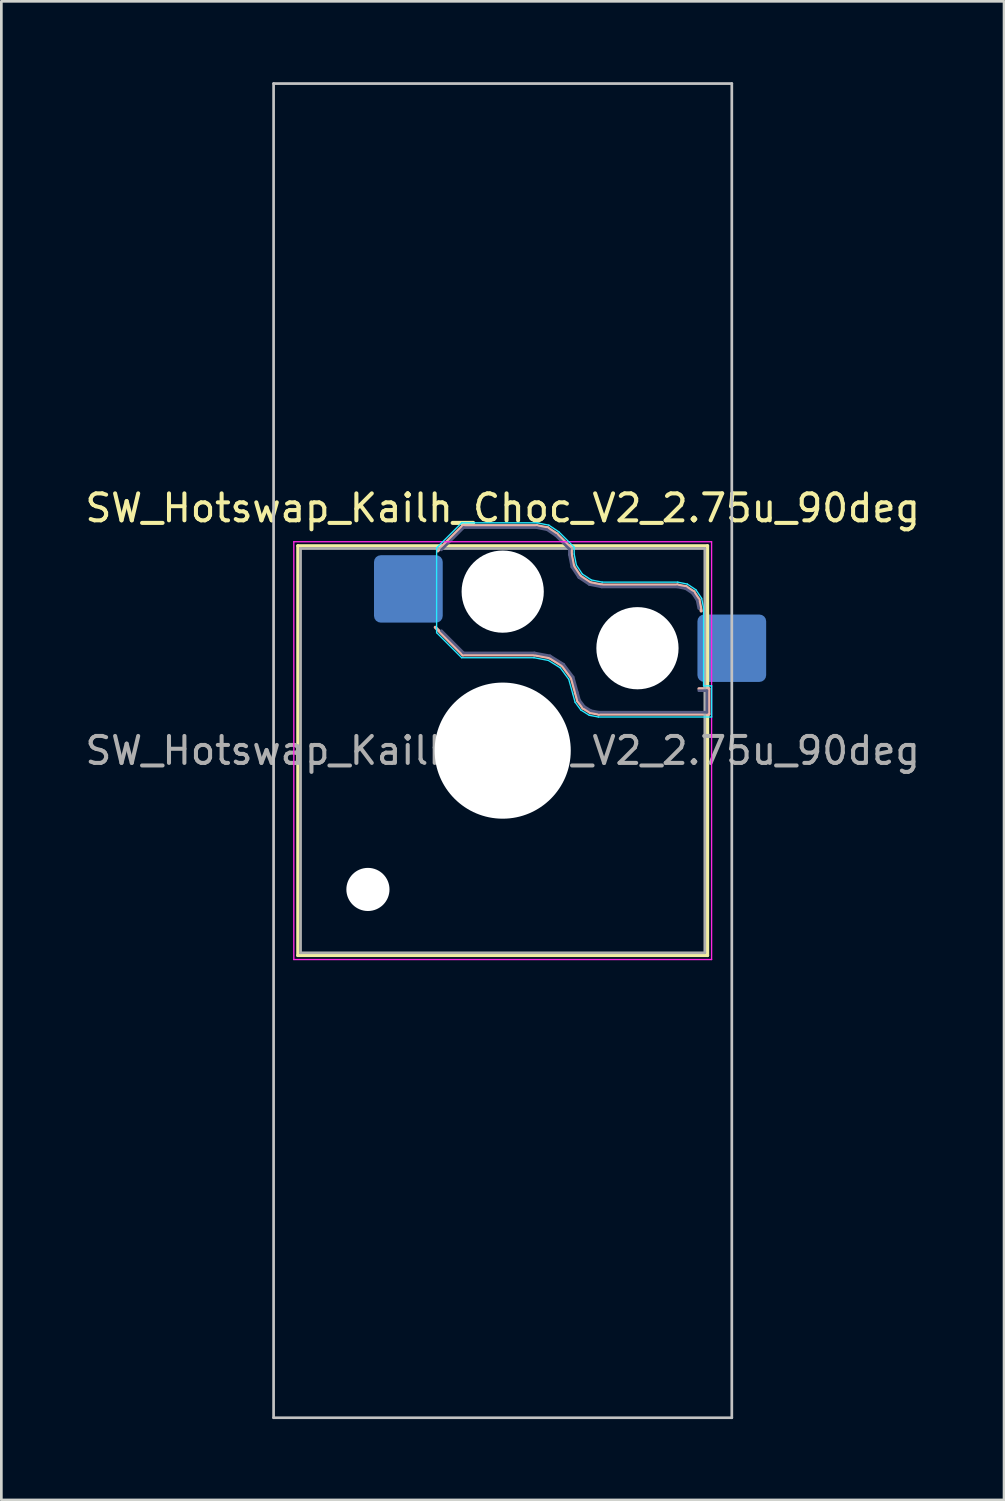
<source format=kicad_pcb>
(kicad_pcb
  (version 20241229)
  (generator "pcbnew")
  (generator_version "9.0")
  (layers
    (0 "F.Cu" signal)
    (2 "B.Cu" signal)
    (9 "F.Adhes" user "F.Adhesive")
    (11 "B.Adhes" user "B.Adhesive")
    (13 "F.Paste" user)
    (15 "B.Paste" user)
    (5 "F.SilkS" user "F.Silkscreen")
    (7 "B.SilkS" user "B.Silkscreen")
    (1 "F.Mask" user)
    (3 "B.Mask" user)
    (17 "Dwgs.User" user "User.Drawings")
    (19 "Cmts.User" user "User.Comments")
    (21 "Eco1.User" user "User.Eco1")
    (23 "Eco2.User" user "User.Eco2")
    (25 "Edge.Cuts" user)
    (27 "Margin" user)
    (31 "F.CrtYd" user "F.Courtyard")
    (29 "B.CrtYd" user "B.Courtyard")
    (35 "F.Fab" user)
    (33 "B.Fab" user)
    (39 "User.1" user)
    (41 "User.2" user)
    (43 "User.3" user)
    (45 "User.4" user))
  (footprint "SW_Hotswap_Kailh_Choc_V2_2.75u_90deg"
    (layer "F.Cu")
    (at 15.601 24.8)
    (property "Reference" "SW_Hotswap_Kailh_Choc_V2_2.75u_90deg" (at 0 -9 0) (layer "F.SilkS") (effects (font (size 1 1) (thickness 0.15))))
    (attr smd)
    (fp_line (start -7.6 -7.6) (end -7.6 7.6) (stroke (width 0.12) (type solid)) (layer "F.SilkS"))
    (fp_line (start -7.6 7.6) (end 7.6 7.6) (stroke (width 0.12) (type solid)) (layer "F.SilkS"))
    (fp_line (start 7.6 -7.6) (end -7.6 -7.6) (stroke (width 0.12) (type solid)) (layer "F.SilkS"))
    (fp_line (start 7.6 7.6) (end 7.6 -7.6) (stroke (width 0.12) (type solid)) (layer "F.SilkS"))
    (fp_line (start -2.416 -7.409) (end -1.479 -8.346) (stroke (width 0.12) (type solid)) (layer "B.SilkS"))
    (fp_line (start -1.479 -8.346) (end 1.268 -8.346) (stroke (width 0.12) (type solid)) (layer "B.SilkS"))
    (fp_line (start -1.479 -3.554) (end -2.5 -4.575) (stroke (width 0.12) (type solid)) (layer "B.SilkS"))
    (fp_line (start 1.168 -3.554) (end -1.479 -3.554) (stroke (width 0.12) (type solid)) (layer "B.SilkS"))
    (fp_line (start 1.268 -8.346) (end 1.671 -8.266) (stroke (width 0.12) (type solid)) (layer "B.SilkS"))
    (fp_line (start 1.671 -8.266) (end 2.013 -8.037) (stroke (width 0.12) (type solid)) (layer "B.SilkS"))
    (fp_line (start 1.73 -3.449) (end 1.168 -3.554) (stroke (width 0.12) (type solid)) (layer "B.SilkS"))
    (fp_line (start 2.013 -8.037) (end 2.546 -7.504) (stroke (width 0.12) (type solid)) (layer "B.SilkS"))
    (fp_line (start 2.209 -3.15) (end 1.73 -3.449) (stroke (width 0.12) (type solid)) (layer "B.SilkS"))
    (fp_line (start 2.546 -7.504) (end 2.546 -7.282) (stroke (width 0.12) (type solid)) (layer "B.SilkS"))
    (fp_line (start 2.546 -7.282) (end 2.633 -6.844) (stroke (width 0.12) (type solid)) (layer "B.SilkS"))
    (fp_line (start 2.547 -2.697) (end 2.209 -3.15) (stroke (width 0.12) (type solid)) (layer "B.SilkS"))
    (fp_line (start 2.633 -6.844) (end 2.877 -6.477) (stroke (width 0.12) (type solid)) (layer "B.SilkS"))
    (fp_line (start 2.701 -2.139) (end 2.547 -2.697) (stroke (width 0.12) (type solid)) (layer "B.SilkS"))
    (fp_line (start 2.783 -1.841) (end 2.701 -2.139) (stroke (width 0.12) (type solid)) (layer "B.SilkS"))
    (fp_line (start 2.877 -6.477) (end 3.244 -6.233) (stroke (width 0.12) (type solid)) (layer "B.SilkS"))
    (fp_line (start 2.976 -1.583) (end 2.783 -1.841) (stroke (width 0.12) (type solid)) (layer "B.SilkS"))
    (fp_line (start 3.244 -6.233) (end 3.682 -6.146) (stroke (width 0.12) (type solid)) (layer "B.SilkS"))
    (fp_line (start 3.25 -1.413) (end 2.976 -1.583) (stroke (width 0.12) (type solid)) (layer "B.SilkS"))
    (fp_line (start 3.56 -1.354) (end 3.25 -1.413) (stroke (width 0.12) (type solid)) (layer "B.SilkS"))
    (fp_line (start 3.682 -6.146) (end 6.482 -6.146) (stroke (width 0.12) (type solid)) (layer "B.SilkS"))
    (fp_line (start 6.482 -6.146) (end 6.809 -6.081) (stroke (width 0.12) (type solid)) (layer "B.SilkS"))
    (fp_line (start 6.809 -6.081) (end 7.092 -5.892) (stroke (width 0.12) (type solid)) (layer "B.SilkS"))
    (fp_line (start 7.092 -5.892) (end 7.281 -5.609) (stroke (width 0.12) (type solid)) (layer "B.SilkS"))
    (fp_line (start 7.281 -5.609) (end 7.366 -5.182) (stroke (width 0.12) (type solid)) (layer "B.SilkS"))
    (fp_line (start 7.283 -2.296) (end 7.646 -2.296) (stroke (width 0.12) (type solid)) (layer "B.SilkS"))
    (fp_line (start 7.646 -2.296) (end 7.646 -1.354) (stroke (width 0.12) (type solid)) (layer "B.SilkS"))
    (fp_line (start 7.646 -1.354) (end 3.56 -1.354) (stroke (width 0.12) (type solid)) (layer "B.SilkS"))
    (fp_line (start -8.5 -24.75) (end 8.5 -24.75) (stroke (width 0.1) (type solid)) (layer "Dwgs.User"))
    (fp_line (start -8.5 24.75) (end -8.5 -24.75) (stroke (width 0.1) (type solid)) (layer "Dwgs.User"))
    (fp_line (start 8.5 -24.75) (end 8.5 24.75) (stroke (width 0.1) (type solid)) (layer "Dwgs.User"))
    (fp_line (start 8.5 24.75) (end -8.5 24.75) (stroke (width 0.1) (type solid)) (layer "Dwgs.User"))
    (fp_line (start -7.25 -7.25) (end -7.25 7.25) (stroke (width 0.1) (type solid)) (layer "Eco1.User"))
    (fp_line (start -7.25 7.25) (end 7.25 7.25) (stroke (width 0.1) (type solid)) (layer "Eco1.User"))
    (fp_line (start 7.25 -7.25) (end -7.25 -7.25) (stroke (width 0.1) (type solid)) (layer "Eco1.User"))
    (fp_line (start 7.25 7.25) (end 7.25 -7.25) (stroke (width 0.1) (type solid)) (layer "Eco1.User"))
    (fp_line (start -2.452 -7.523) (end -1.523 -8.452) (stroke (width 0.05) (type solid)) (layer "B.CrtYd"))
    (fp_line (start -2.452 -4.377) (end -2.452 -7.523) (stroke (width 0.05) (type solid)) (layer "B.CrtYd"))
    (fp_line (start -1.523 -8.452) (end 1.278 -8.452) (stroke (width 0.05) (type solid)) (layer "B.CrtYd"))
    (fp_line (start -1.523 -3.448) (end -2.452 -4.377) (stroke (width 0.05) (type solid)) (layer "B.CrtYd"))
    (fp_line (start 1.159 -3.448) (end -1.523 -3.448) (stroke (width 0.05) (type solid)) (layer "B.CrtYd"))
    (fp_line (start 1.278 -8.452) (end 1.712 -8.366) (stroke (width 0.05) (type solid)) (layer "B.CrtYd"))
    (fp_line (start 1.691 -3.348) (end 1.159 -3.448) (stroke (width 0.05) (type solid)) (layer "B.CrtYd"))
    (fp_line (start 1.712 -8.366) (end 2.081 -8.119) (stroke (width 0.05) (type solid)) (layer "B.CrtYd"))
    (fp_line (start 2.081 -8.119) (end 2.652 -7.548) (stroke (width 0.05) (type solid)) (layer "B.CrtYd"))
    (fp_line (start 2.136 -3.071) (end 1.691 -3.348) (stroke (width 0.05) (type solid)) (layer "B.CrtYd"))
    (fp_line (start 2.45 -2.65) (end 2.136 -3.071) (stroke (width 0.05) (type solid)) (layer "B.CrtYd"))
    (fp_line (start 2.599 -2.111) (end 2.45 -2.65) (stroke (width 0.05) (type solid)) (layer "B.CrtYd"))
    (fp_line (start 2.652 -7.548) (end 2.652 -7.292) (stroke (width 0.05) (type solid)) (layer "B.CrtYd"))
    (fp_line (start 2.652 -7.292) (end 2.733 -6.885) (stroke (width 0.05) (type solid)) (layer "B.CrtYd"))
    (fp_line (start 2.687 -1.794) (end 2.599 -2.111) (stroke (width 0.05) (type solid)) (layer "B.CrtYd"))
    (fp_line (start 2.733 -6.885) (end 2.953 -6.553) (stroke (width 0.05) (type solid)) (layer "B.CrtYd"))
    (fp_line (start 2.903 -1.503) (end 2.687 -1.794) (stroke (width 0.05) (type solid)) (layer "B.CrtYd"))
    (fp_line (start 2.953 -6.553) (end 3.285 -6.333) (stroke (width 0.05) (type solid)) (layer "B.CrtYd"))
    (fp_line (start 3.211 -1.312) (end 2.903 -1.503) (stroke (width 0.05) (type solid)) (layer "B.CrtYd"))
    (fp_line (start 3.285 -6.333) (end 3.692 -6.252) (stroke (width 0.05) (type solid)) (layer "B.CrtYd"))
    (fp_line (start 3.55 -1.248) (end 3.211 -1.312) (stroke (width 0.05) (type solid)) (layer "B.CrtYd"))
    (fp_line (start 3.692 -6.252) (end 6.492 -6.252) (stroke (width 0.05) (type solid)) (layer "B.CrtYd"))
    (fp_line (start 6.492 -6.252) (end 6.85 -6.181) (stroke (width 0.05) (type solid)) (layer "B.CrtYd"))
    (fp_line (start 6.85 -6.181) (end 7.168 -5.968) (stroke (width 0.05) (type solid)) (layer "B.CrtYd"))
    (fp_line (start 7.168 -5.968) (end 7.381 -5.65) (stroke (width 0.05) (type solid)) (layer "B.CrtYd"))
    (fp_line (start 7.381 -5.65) (end 7.452 -5.292) (stroke (width 0.05) (type solid)) (layer "B.CrtYd"))
    (fp_line (start 7.452 -5.292) (end 7.452 -2.402) (stroke (width 0.05) (type solid)) (layer "B.CrtYd"))
    (fp_line (start 7.452 -2.402) (end 7.752 -2.402) (stroke (width 0.05) (type solid)) (layer "B.CrtYd"))
    (fp_line (start 7.752 -2.402) (end 7.752 -1.248) (stroke (width 0.05) (type solid)) (layer "B.CrtYd"))
    (fp_line (start 7.752 -1.248) (end 3.55 -1.248) (stroke (width 0.05) (type solid)) (layer "B.CrtYd"))
    (fp_line (start -7.75 -7.75) (end -7.75 7.75) (stroke (width 0.05) (type solid)) (layer "F.CrtYd"))
    (fp_line (start -7.75 7.75) (end 7.75 7.75) (stroke (width 0.05) (type solid)) (layer "F.CrtYd"))
    (fp_line (start 7.75 -7.75) (end -7.75 -7.75) (stroke (width 0.05) (type solid)) (layer "F.CrtYd"))
    (fp_line (start 7.75 7.75) (end 7.75 -7.75) (stroke (width 0.05) (type solid)) (layer "F.CrtYd"))
    (fp_line (start -2.275 -7.45) (end -1.45 -8.275) (stroke (width 0.1) (type solid)) (layer "B.Fab"))
    (fp_line (start -1.45 -8.275) (end 1.261 -8.275) (stroke (width 0.1) (type solid)) (layer "B.Fab"))
    (fp_line (start -1.45 -3.625) (end -2.275 -4.45) (stroke (width 0.1) (type solid)) (layer "B.Fab"))
    (fp_line (start 1.175 -3.625) (end -1.45 -3.625) (stroke (width 0.1) (type solid)) (layer "B.Fab"))
    (fp_line (start 1.261 -8.275) (end 1.643 -8.199) (stroke (width 0.1) (type solid)) (layer "B.Fab"))
    (fp_line (start 1.643 -8.199) (end 1.968 -7.982) (stroke (width 0.1) (type solid)) (layer "B.Fab"))
    (fp_line (start 1.756 -3.516) (end 1.175 -3.625) (stroke (width 0.1) (type solid)) (layer "B.Fab"))
    (fp_line (start 1.968 -7.982) (end 2.475 -7.475) (stroke (width 0.1) (type solid)) (layer "B.Fab"))
    (fp_line (start 2.258 -3.203) (end 1.756 -3.516) (stroke (width 0.1) (type solid)) (layer "B.Fab"))
    (fp_line (start 2.475 -7.475) (end 2.475 -7.275) (stroke (width 0.1) (type solid)) (layer "B.Fab"))
    (fp_line (start 2.475 -7.275) (end 2.566 -6.816) (stroke (width 0.1) (type solid)) (layer "B.Fab"))
    (fp_line (start 2.566 -6.816) (end 2.826 -6.426) (stroke (width 0.1) (type solid)) (layer "B.Fab"))
    (fp_line (start 2.612 -2.729) (end 2.258 -3.203) (stroke (width 0.1) (type solid)) (layer "B.Fab"))
    (fp_line (start 2.769 -2.158) (end 2.612 -2.729) (stroke (width 0.1) (type solid)) (layer "B.Fab"))
    (fp_line (start 2.826 -6.426) (end 3.216 -6.166) (stroke (width 0.1) (type solid)) (layer "B.Fab"))
    (fp_line (start 2.848 -1.873) (end 2.769 -2.158) (stroke (width 0.1) (type solid)) (layer "B.Fab"))
    (fp_line (start 3.025 -1.636) (end 2.848 -1.873) (stroke (width 0.1) (type solid)) (layer "B.Fab"))
    (fp_line (start 3.216 -6.166) (end 3.675 -6.075) (stroke (width 0.1) (type solid)) (layer "B.Fab"))
    (fp_line (start 3.276 -1.48) (end 3.025 -1.636) (stroke (width 0.1) (type solid)) (layer "B.Fab"))
    (fp_line (start 3.567 -1.425) (end 3.276 -1.48) (stroke (width 0.1) (type solid)) (layer "B.Fab"))
    (fp_line (start 3.675 -6.075) (end 6.475 -6.075) (stroke (width 0.1) (type solid)) (layer "B.Fab"))
    (fp_line (start 6.475 -6.075) (end 6.781 -6.014) (stroke (width 0.1) (type solid)) (layer "B.Fab"))
    (fp_line (start 6.781 -6.014) (end 7.041 -5.841) (stroke (width 0.1) (type solid)) (layer "B.Fab"))
    (fp_line (start 7.041 -5.841) (end 7.214 -5.581) (stroke (width 0.1) (type solid)) (layer "B.Fab"))
    (fp_line (start 7.214 -5.581) (end 7.275 -5.275) (stroke (width 0.1) (type solid)) (layer "B.Fab"))
    (fp_line (start 7.275 -2.225) (end 7.575 -2.225) (stroke (width 0.1) (type solid)) (layer "B.Fab"))
    (fp_line (start 7.575 -2.225) (end 7.575 -1.425) (stroke (width 0.1) (type solid)) (layer "B.Fab"))
    (fp_line (start 7.575 -1.425) (end 3.567 -1.425) (stroke (width 0.1) (type solid)) (layer "B.Fab"))
    (fp_line (start -7.5 -7.5) (end -7.5 7.5) (stroke (width 0.1) (type solid)) (layer "F.Fab"))
    (fp_line (start -7.5 7.5) (end 7.5 7.5) (stroke (width 0.1) (type solid)) (layer "F.Fab"))
    (fp_line (start 7.5 -7.5) (end -7.5 -7.5) (stroke (width 0.1) (type solid)) (layer "F.Fab"))
    (fp_line (start 7.5 7.5) (end 7.5 -7.5) (stroke (width 0.1) (type solid)) (layer "F.Fab"))
    (fp_text user "${REFERENCE}" (at 0 0 0) (layer "F.Fab") (effects (font (size 1 1) (thickness 0.15))))
    (pad "" np_thru_hole circle (at -5 5.15) (size 1.6 1.6) (drill 1.6) (layers "*.Cu" "*.Mask"))
    (pad "" np_thru_hole circle (at 0 -5.9) (size 3.05 3.05) (drill 3.05) (layers "*.Cu" "*.Mask"))
    (pad "" np_thru_hole circle (at 0 0) (size 5.05 5.05) (drill 5.05) (layers "*.Cu" "*.Mask"))
    (pad "" np_thru_hole circle (at 5 -3.8) (size 3.05 3.05) (drill 3.05) (layers "*.Cu" "*.Mask"))
    (pad "1" smd roundrect (at -3.5 -6) (size 2.55 2.5) (layers "B.Cu" "B.Mask" "B.Paste") (roundrect_rratio 0.1))
    (pad "2" smd roundrect (at 8.5 -3.8) (size 2.55 2.5) (layers "B.Cu" "B.Mask" "B.Paste") (roundrect_rratio 0.1)))
  (gr_rect
    (start -3 -3)
    (end 34.202 52.6)
    (stroke (width 0.1) (type default))
    (fill no)
    (layer "Edge.Cuts")))
</source>
